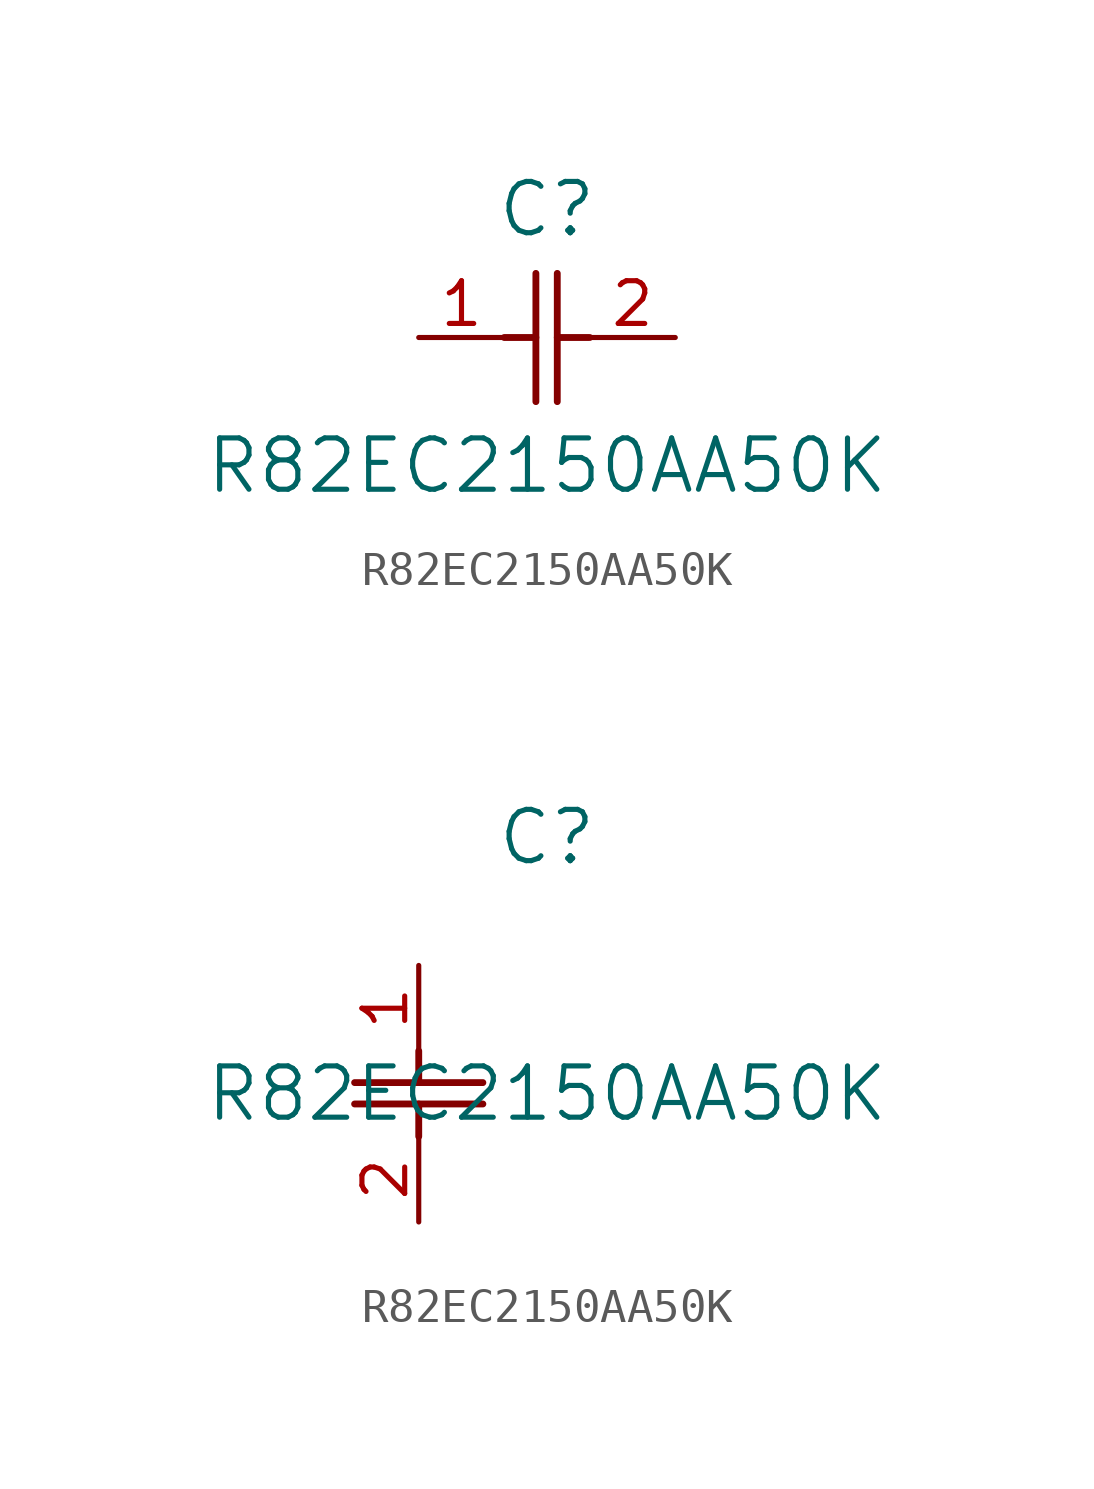
<source format=kicad_sym>
(kicad_symbol_lib
  (version 20211014)
  (generator kicad_symbol_editor)
  (symbol "R82EC2150AA50K"
    (pin_names
      (offset 0.254))
    (property "Reference" "C"
      (at 3.81 3.81 0)
      (effects (font (size 1.524 1.524))))
    (property "Value" "R82EC2150AA50K"
      (at 3.81 -3.81 0)
      (effects (font (size 1.524 1.524))))
    (symbol "R82EC2150AA50K_1_1"
      (polyline (pts (xy 3.48 -1.905) (xy 3.48 1.905)) (stroke (width 0.203) (type default) (color 0 0 0 0)) (fill (type none)))
      (polyline (pts (xy 4.115 -1.905) (xy 4.115 1.905)) (stroke (width 0.203) (type default) (color 0 0 0 0)) (fill (type none)))
      (polyline (pts (xy 4.115 0) (xy 5.08 0)) (stroke (width 0.203) (type default) (color 0 0 0 0)) (fill (type none)))
      (polyline (pts (xy 2.54 0) (xy 3.48 0)) (stroke (width 0.203) (type default) (color 0 0 0 0)) (fill (type none)))
      (pin unspecified line (at 0 0 0) (length 2.54) (name "" (effects (font (size 1.27 1.27)))) (number "1" (effects (font (size 1.27 1.27)))))
      (pin unspecified line (at 7.62 0 180) (length 2.54) (name "" (effects (font (size 1.27 1.27)))) (number "2" (effects (font (size 1.27 1.27))))))
    (symbol "R82EC2150AA50K_1_2"
      (polyline (pts (xy -1.905 -3.48) (xy 1.905 -3.48)) (stroke (width 0.203) (type default) (color 0 0 0 0)) (fill (type none)))
      (polyline (pts (xy -1.905 -4.115) (xy 1.905 -4.115)) (stroke (width 0.203) (type default) (color 0 0 0 0)) (fill (type none)))
      (polyline (pts (xy 0 -4.115) (xy 0 -5.08)) (stroke (width 0.203) (type default) (color 0 0 0 0)) (fill (type none)))
      (polyline (pts (xy 0 -2.54) (xy 0 -3.48)) (stroke (width 0.203) (type default) (color 0 0 0 0)) (fill (type none)))
      (pin unspecified line (at 0 0 270) (length 2.54) (name "" (effects (font (size 1.27 1.27)))) (number "1" (effects (font (size 1.27 1.27)))))
      (pin unspecified line (at 0 -7.62 90) (length 2.54) (name "" (effects (font (size 1.27 1.27)))) (number "2" (effects (font (size 1.27 1.27))))))))
</source>
